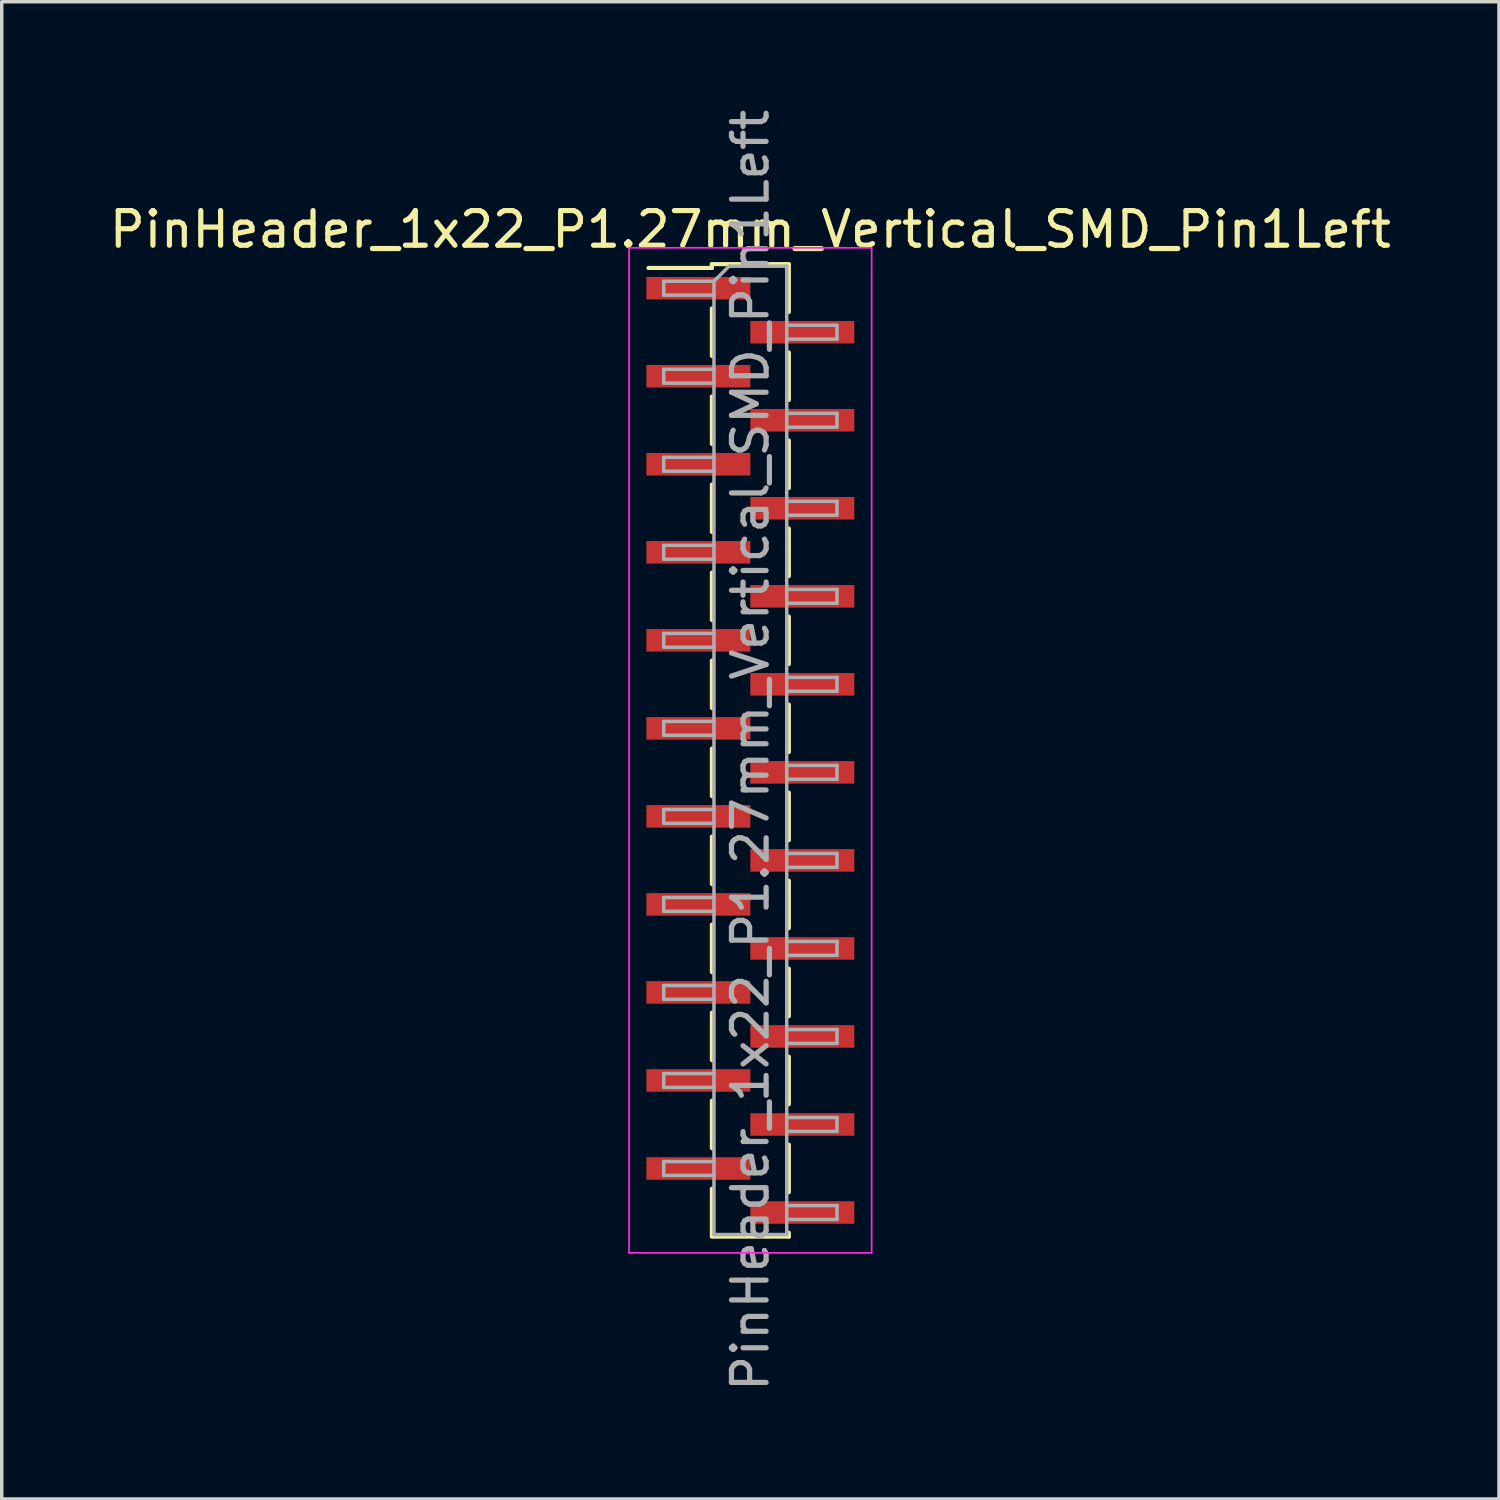
<source format=kicad_pcb>
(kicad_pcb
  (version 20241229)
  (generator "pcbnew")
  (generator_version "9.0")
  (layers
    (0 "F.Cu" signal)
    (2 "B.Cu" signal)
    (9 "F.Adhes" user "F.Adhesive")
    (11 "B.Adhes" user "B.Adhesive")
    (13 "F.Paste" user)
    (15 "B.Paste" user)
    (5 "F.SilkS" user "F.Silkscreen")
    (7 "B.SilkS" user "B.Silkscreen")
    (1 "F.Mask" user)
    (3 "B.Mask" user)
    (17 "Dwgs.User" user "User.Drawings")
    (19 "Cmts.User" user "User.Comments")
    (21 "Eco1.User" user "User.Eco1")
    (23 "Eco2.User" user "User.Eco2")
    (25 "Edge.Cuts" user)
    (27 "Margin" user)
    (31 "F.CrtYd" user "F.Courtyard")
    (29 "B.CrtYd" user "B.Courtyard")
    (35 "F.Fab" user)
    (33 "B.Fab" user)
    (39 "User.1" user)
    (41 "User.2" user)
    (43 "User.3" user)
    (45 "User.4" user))
  (footprint "PinHeader_1x22_P1.27mm_Vertical_SMD_Pin1Left"
    (layer "F.Cu")
    (at 18.601 18.601)
    (property "Reference" "PinHeader_1x22_P1.27mm_Vertical_SMD_Pin1Left" (at 0 -15.03 0) (layer "F.SilkS") (effects (font (size 1 1) (thickness 0.15))))
    (attr smd)
    (fp_line (start -1.11 -14.03) (end -1.11 -13.92) (stroke (width 0.12) (type solid)) (layer "F.SilkS"))
    (fp_line (start -1.11 -14.03) (end 1.11 -14.03) (stroke (width 0.12) (type solid)) (layer "F.SilkS"))
    (fp_line (start -1.11 -13.92) (end -2.94 -13.92) (stroke (width 0.12) (type solid)) (layer "F.SilkS"))
    (fp_line (start -1.11 -12.75) (end -1.11 -11.38) (stroke (width 0.12) (type solid)) (layer "F.SilkS"))
    (fp_line (start -1.11 -10.21) (end -1.11 -8.84) (stroke (width 0.12) (type solid)) (layer "F.SilkS"))
    (fp_line (start -1.11 -7.67) (end -1.11 -6.3) (stroke (width 0.12) (type solid)) (layer "F.SilkS"))
    (fp_line (start -1.11 -5.13) (end -1.11 -3.76) (stroke (width 0.12) (type solid)) (layer "F.SilkS"))
    (fp_line (start -1.11 -2.59) (end -1.11 -1.22) (stroke (width 0.12) (type solid)) (layer "F.SilkS"))
    (fp_line (start -1.11 -0.05) (end -1.11 1.32) (stroke (width 0.12) (type solid)) (layer "F.SilkS"))
    (fp_line (start -1.11 2.49) (end -1.11 3.86) (stroke (width 0.12) (type solid)) (layer "F.SilkS"))
    (fp_line (start -1.11 5.03) (end -1.11 6.4) (stroke (width 0.12) (type solid)) (layer "F.SilkS"))
    (fp_line (start -1.11 7.57) (end -1.11 8.94) (stroke (width 0.12) (type solid)) (layer "F.SilkS"))
    (fp_line (start -1.11 10.11) (end -1.11 11.48) (stroke (width 0.12) (type solid)) (layer "F.SilkS"))
    (fp_line (start -1.11 12.65) (end -1.11 14.02) (stroke (width 0.12) (type solid)) (layer "F.SilkS"))
    (fp_line (start -1.11 14.03) (end 1.11 14.03) (stroke (width 0.12) (type solid)) (layer "F.SilkS"))
    (fp_line (start 1.11 -14.02) (end 1.11 -12.65) (stroke (width 0.12) (type solid)) (layer "F.SilkS"))
    (fp_line (start 1.11 -11.48) (end 1.11 -10.11) (stroke (width 0.12) (type solid)) (layer "F.SilkS"))
    (fp_line (start 1.11 -8.94) (end 1.11 -7.57) (stroke (width 0.12) (type solid)) (layer "F.SilkS"))
    (fp_line (start 1.11 -6.4) (end 1.11 -5.03) (stroke (width 0.12) (type solid)) (layer "F.SilkS"))
    (fp_line (start 1.11 -3.86) (end 1.11 -2.49) (stroke (width 0.12) (type solid)) (layer "F.SilkS"))
    (fp_line (start 1.11 -1.32) (end 1.11 0.05) (stroke (width 0.12) (type solid)) (layer "F.SilkS"))
    (fp_line (start 1.11 1.22) (end 1.11 2.59) (stroke (width 0.12) (type solid)) (layer "F.SilkS"))
    (fp_line (start 1.11 3.76) (end 1.11 5.13) (stroke (width 0.12) (type solid)) (layer "F.SilkS"))
    (fp_line (start 1.11 6.3) (end 1.11 7.67) (stroke (width 0.12) (type solid)) (layer "F.SilkS"))
    (fp_line (start 1.11 8.84) (end 1.11 10.21) (stroke (width 0.12) (type solid)) (layer "F.SilkS"))
    (fp_line (start 1.11 11.38) (end 1.11 12.75) (stroke (width 0.12) (type solid)) (layer "F.SilkS"))
    (fp_line (start 1.11 13.92) (end 1.11 14.03) (stroke (width 0.12) (type solid)) (layer "F.SilkS"))
    (fp_line (start -3.5 -14.5) (end -3.5 14.5) (stroke (width 0.05) (type solid)) (layer "F.CrtYd"))
    (fp_line (start -3.5 14.5) (end 3.5 14.5) (stroke (width 0.05) (type solid)) (layer "F.CrtYd"))
    (fp_line (start 3.5 -14.5) (end -3.5 -14.5) (stroke (width 0.05) (type solid)) (layer "F.CrtYd"))
    (fp_line (start 3.5 14.5) (end 3.5 -14.5) (stroke (width 0.05) (type solid)) (layer "F.CrtYd"))
    (fp_line (start -2.5 -13.535) (end -2.5 -13.135) (stroke (width 0.1) (type solid)) (layer "F.Fab"))
    (fp_line (start -2.5 -13.135) (end -1.05 -13.135) (stroke (width 0.1) (type solid)) (layer "F.Fab"))
    (fp_line (start -2.5 -10.995) (end -2.5 -10.595) (stroke (width 0.1) (type solid)) (layer "F.Fab"))
    (fp_line (start -2.5 -10.595) (end -1.05 -10.595) (stroke (width 0.1) (type solid)) (layer "F.Fab"))
    (fp_line (start -2.5 -8.455) (end -2.5 -8.055) (stroke (width 0.1) (type solid)) (layer "F.Fab"))
    (fp_line (start -2.5 -8.055) (end -1.05 -8.055) (stroke (width 0.1) (type solid)) (layer "F.Fab"))
    (fp_line (start -2.5 -5.915) (end -2.5 -5.515) (stroke (width 0.1) (type solid)) (layer "F.Fab"))
    (fp_line (start -2.5 -5.515) (end -1.05 -5.515) (stroke (width 0.1) (type solid)) (layer "F.Fab"))
    (fp_line (start -2.5 -3.375) (end -2.5 -2.975) (stroke (width 0.1) (type solid)) (layer "F.Fab"))
    (fp_line (start -2.5 -2.975) (end -1.05 -2.975) (stroke (width 0.1) (type solid)) (layer "F.Fab"))
    (fp_line (start -2.5 -0.835) (end -2.5 -0.435) (stroke (width 0.1) (type solid)) (layer "F.Fab"))
    (fp_line (start -2.5 -0.435) (end -1.05 -0.435) (stroke (width 0.1) (type solid)) (layer "F.Fab"))
    (fp_line (start -2.5 1.705) (end -2.5 2.105) (stroke (width 0.1) (type solid)) (layer "F.Fab"))
    (fp_line (start -2.5 2.105) (end -1.05 2.105) (stroke (width 0.1) (type solid)) (layer "F.Fab"))
    (fp_line (start -2.5 4.245) (end -2.5 4.645) (stroke (width 0.1) (type solid)) (layer "F.Fab"))
    (fp_line (start -2.5 4.645) (end -1.05 4.645) (stroke (width 0.1) (type solid)) (layer "F.Fab"))
    (fp_line (start -2.5 6.785) (end -2.5 7.185) (stroke (width 0.1) (type solid)) (layer "F.Fab"))
    (fp_line (start -2.5 7.185) (end -1.05 7.185) (stroke (width 0.1) (type solid)) (layer "F.Fab"))
    (fp_line (start -2.5 9.325) (end -2.5 9.725) (stroke (width 0.1) (type solid)) (layer "F.Fab"))
    (fp_line (start -2.5 9.725) (end -1.05 9.725) (stroke (width 0.1) (type solid)) (layer "F.Fab"))
    (fp_line (start -2.5 11.865) (end -2.5 12.265) (stroke (width 0.1) (type solid)) (layer "F.Fab"))
    (fp_line (start -2.5 12.265) (end -1.05 12.265) (stroke (width 0.1) (type solid)) (layer "F.Fab"))
    (fp_line (start -1.05 -13.535) (end -2.5 -13.535) (stroke (width 0.1) (type solid)) (layer "F.Fab"))
    (fp_line (start -1.05 -13.535) (end -0.615 -13.97) (stroke (width 0.1) (type solid)) (layer "F.Fab"))
    (fp_line (start -1.05 -10.995) (end -2.5 -10.995) (stroke (width 0.1) (type solid)) (layer "F.Fab"))
    (fp_line (start -1.05 -8.455) (end -2.5 -8.455) (stroke (width 0.1) (type solid)) (layer "F.Fab"))
    (fp_line (start -1.05 -5.915) (end -2.5 -5.915) (stroke (width 0.1) (type solid)) (layer "F.Fab"))
    (fp_line (start -1.05 -3.375) (end -2.5 -3.375) (stroke (width 0.1) (type solid)) (layer "F.Fab"))
    (fp_line (start -1.05 -0.835) (end -2.5 -0.835) (stroke (width 0.1) (type solid)) (layer "F.Fab"))
    (fp_line (start -1.05 1.705) (end -2.5 1.705) (stroke (width 0.1) (type solid)) (layer "F.Fab"))
    (fp_line (start -1.05 4.245) (end -2.5 4.245) (stroke (width 0.1) (type solid)) (layer "F.Fab"))
    (fp_line (start -1.05 6.785) (end -2.5 6.785) (stroke (width 0.1) (type solid)) (layer "F.Fab"))
    (fp_line (start -1.05 9.325) (end -2.5 9.325) (stroke (width 0.1) (type solid)) (layer "F.Fab"))
    (fp_line (start -1.05 11.865) (end -2.5 11.865) (stroke (width 0.1) (type solid)) (layer "F.Fab"))
    (fp_line (start -1.05 13.97) (end -1.05 -13.535) (stroke (width 0.1) (type solid)) (layer "F.Fab"))
    (fp_line (start -0.615 -13.97) (end 1.05 -13.97) (stroke (width 0.1) (type solid)) (layer "F.Fab"))
    (fp_line (start 1.05 -13.97) (end 1.05 13.97) (stroke (width 0.1) (type solid)) (layer "F.Fab"))
    (fp_line (start 1.05 -12.265) (end 2.5 -12.265) (stroke (width 0.1) (type solid)) (layer "F.Fab"))
    (fp_line (start 1.05 -9.725) (end 2.5 -9.725) (stroke (width 0.1) (type solid)) (layer "F.Fab"))
    (fp_line (start 1.05 -7.185) (end 2.5 -7.185) (stroke (width 0.1) (type solid)) (layer "F.Fab"))
    (fp_line (start 1.05 -4.645) (end 2.5 -4.645) (stroke (width 0.1) (type solid)) (layer "F.Fab"))
    (fp_line (start 1.05 -2.105) (end 2.5 -2.105) (stroke (width 0.1) (type solid)) (layer "F.Fab"))
    (fp_line (start 1.05 0.435) (end 2.5 0.435) (stroke (width 0.1) (type solid)) (layer "F.Fab"))
    (fp_line (start 1.05 2.975) (end 2.5 2.975) (stroke (width 0.1) (type solid)) (layer "F.Fab"))
    (fp_line (start 1.05 5.515) (end 2.5 5.515) (stroke (width 0.1) (type solid)) (layer "F.Fab"))
    (fp_line (start 1.05 8.055) (end 2.5 8.055) (stroke (width 0.1) (type solid)) (layer "F.Fab"))
    (fp_line (start 1.05 10.595) (end 2.5 10.595) (stroke (width 0.1) (type solid)) (layer "F.Fab"))
    (fp_line (start 1.05 13.135) (end 2.5 13.135) (stroke (width 0.1) (type solid)) (layer "F.Fab"))
    (fp_line (start 1.05 13.97) (end -1.05 13.97) (stroke (width 0.1) (type solid)) (layer "F.Fab"))
    (fp_line (start 2.5 -12.265) (end 2.5 -11.865) (stroke (width 0.1) (type solid)) (layer "F.Fab"))
    (fp_line (start 2.5 -11.865) (end 1.05 -11.865) (stroke (width 0.1) (type solid)) (layer "F.Fab"))
    (fp_line (start 2.5 -9.725) (end 2.5 -9.325) (stroke (width 0.1) (type solid)) (layer "F.Fab"))
    (fp_line (start 2.5 -9.325) (end 1.05 -9.325) (stroke (width 0.1) (type solid)) (layer "F.Fab"))
    (fp_line (start 2.5 -7.185) (end 2.5 -6.785) (stroke (width 0.1) (type solid)) (layer "F.Fab"))
    (fp_line (start 2.5 -6.785) (end 1.05 -6.785) (stroke (width 0.1) (type solid)) (layer "F.Fab"))
    (fp_line (start 2.5 -4.645) (end 2.5 -4.245) (stroke (width 0.1) (type solid)) (layer "F.Fab"))
    (fp_line (start 2.5 -4.245) (end 1.05 -4.245) (stroke (width 0.1) (type solid)) (layer "F.Fab"))
    (fp_line (start 2.5 -2.105) (end 2.5 -1.705) (stroke (width 0.1) (type solid)) (layer "F.Fab"))
    (fp_line (start 2.5 -1.705) (end 1.05 -1.705) (stroke (width 0.1) (type solid)) (layer "F.Fab"))
    (fp_line (start 2.5 0.435) (end 2.5 0.835) (stroke (width 0.1) (type solid)) (layer "F.Fab"))
    (fp_line (start 2.5 0.835) (end 1.05 0.835) (stroke (width 0.1) (type solid)) (layer "F.Fab"))
    (fp_line (start 2.5 2.975) (end 2.5 3.375) (stroke (width 0.1) (type solid)) (layer "F.Fab"))
    (fp_line (start 2.5 3.375) (end 1.05 3.375) (stroke (width 0.1) (type solid)) (layer "F.Fab"))
    (fp_line (start 2.5 5.515) (end 2.5 5.915) (stroke (width 0.1) (type solid)) (layer "F.Fab"))
    (fp_line (start 2.5 5.915) (end 1.05 5.915) (stroke (width 0.1) (type solid)) (layer "F.Fab"))
    (fp_line (start 2.5 8.055) (end 2.5 8.455) (stroke (width 0.1) (type solid)) (layer "F.Fab"))
    (fp_line (start 2.5 8.455) (end 1.05 8.455) (stroke (width 0.1) (type solid)) (layer "F.Fab"))
    (fp_line (start 2.5 10.595) (end 2.5 10.995) (stroke (width 0.1) (type solid)) (layer "F.Fab"))
    (fp_line (start 2.5 10.995) (end 1.05 10.995) (stroke (width 0.1) (type solid)) (layer "F.Fab"))
    (fp_line (start 2.5 13.135) (end 2.5 13.535) (stroke (width 0.1) (type solid)) (layer "F.Fab"))
    (fp_line (start 2.5 13.535) (end 1.05 13.535) (stroke (width 0.1) (type solid)) (layer "F.Fab"))
    (fp_text user "${REFERENCE}" (at 0 0 90) (layer "F.Fab") (effects (font (size 1 1) (thickness 0.15))))
    (pad "1" smd rect (at -1.5 -13.335) (size 3 0.65) (layers "F.Cu" "F.Mask" "F.Paste"))
    (pad "2" smd rect (at 1.5 -12.065) (size 3 0.65) (layers "F.Cu" "F.Mask" "F.Paste"))
    (pad "3" smd rect (at -1.5 -10.795) (size 3 0.65) (layers "F.Cu" "F.Mask" "F.Paste"))
    (pad "4" smd rect (at 1.5 -9.525) (size 3 0.65) (layers "F.Cu" "F.Mask" "F.Paste"))
    (pad "5" smd rect (at -1.5 -8.255) (size 3 0.65) (layers "F.Cu" "F.Mask" "F.Paste"))
    (pad "6" smd rect (at 1.5 -6.985) (size 3 0.65) (layers "F.Cu" "F.Mask" "F.Paste"))
    (pad "7" smd rect (at -1.5 -5.715) (size 3 0.65) (layers "F.Cu" "F.Mask" "F.Paste"))
    (pad "8" smd rect (at 1.5 -4.445) (size 3 0.65) (layers "F.Cu" "F.Mask" "F.Paste"))
    (pad "9" smd rect (at -1.5 -3.175) (size 3 0.65) (layers "F.Cu" "F.Mask" "F.Paste"))
    (pad "10" smd rect (at 1.5 -1.905) (size 3 0.65) (layers "F.Cu" "F.Mask" "F.Paste"))
    (pad "11" smd rect (at -1.5 -0.635) (size 3 0.65) (layers "F.Cu" "F.Mask" "F.Paste"))
    (pad "12" smd rect (at 1.5 0.635) (size 3 0.65) (layers "F.Cu" "F.Mask" "F.Paste"))
    (pad "13" smd rect (at -1.5 1.905) (size 3 0.65) (layers "F.Cu" "F.Mask" "F.Paste"))
    (pad "14" smd rect (at 1.5 3.175) (size 3 0.65) (layers "F.Cu" "F.Mask" "F.Paste"))
    (pad "15" smd rect (at -1.5 4.445) (size 3 0.65) (layers "F.Cu" "F.Mask" "F.Paste"))
    (pad "16" smd rect (at 1.5 5.715) (size 3 0.65) (layers "F.Cu" "F.Mask" "F.Paste"))
    (pad "17" smd rect (at -1.5 6.985) (size 3 0.65) (layers "F.Cu" "F.Mask" "F.Paste"))
    (pad "18" smd rect (at 1.5 8.255) (size 3 0.65) (layers "F.Cu" "F.Mask" "F.Paste"))
    (pad "19" smd rect (at -1.5 9.525) (size 3 0.65) (layers "F.Cu" "F.Mask" "F.Paste"))
    (pad "20" smd rect (at 1.5 10.795) (size 3 0.65) (layers "F.Cu" "F.Mask" "F.Paste"))
    (pad "21" smd rect (at -1.5 12.065) (size 3 0.65) (layers "F.Cu" "F.Mask" "F.Paste"))
    (pad "22" smd rect (at 1.5 13.335) (size 3 0.65) (layers "F.Cu" "F.Mask" "F.Paste")))
  (gr_rect
    (start -3 -3)
    (end 40.202 40.202)
    (stroke (width 0.1) (type default))
    (fill no)
    (layer "Edge.Cuts")))
</source>
